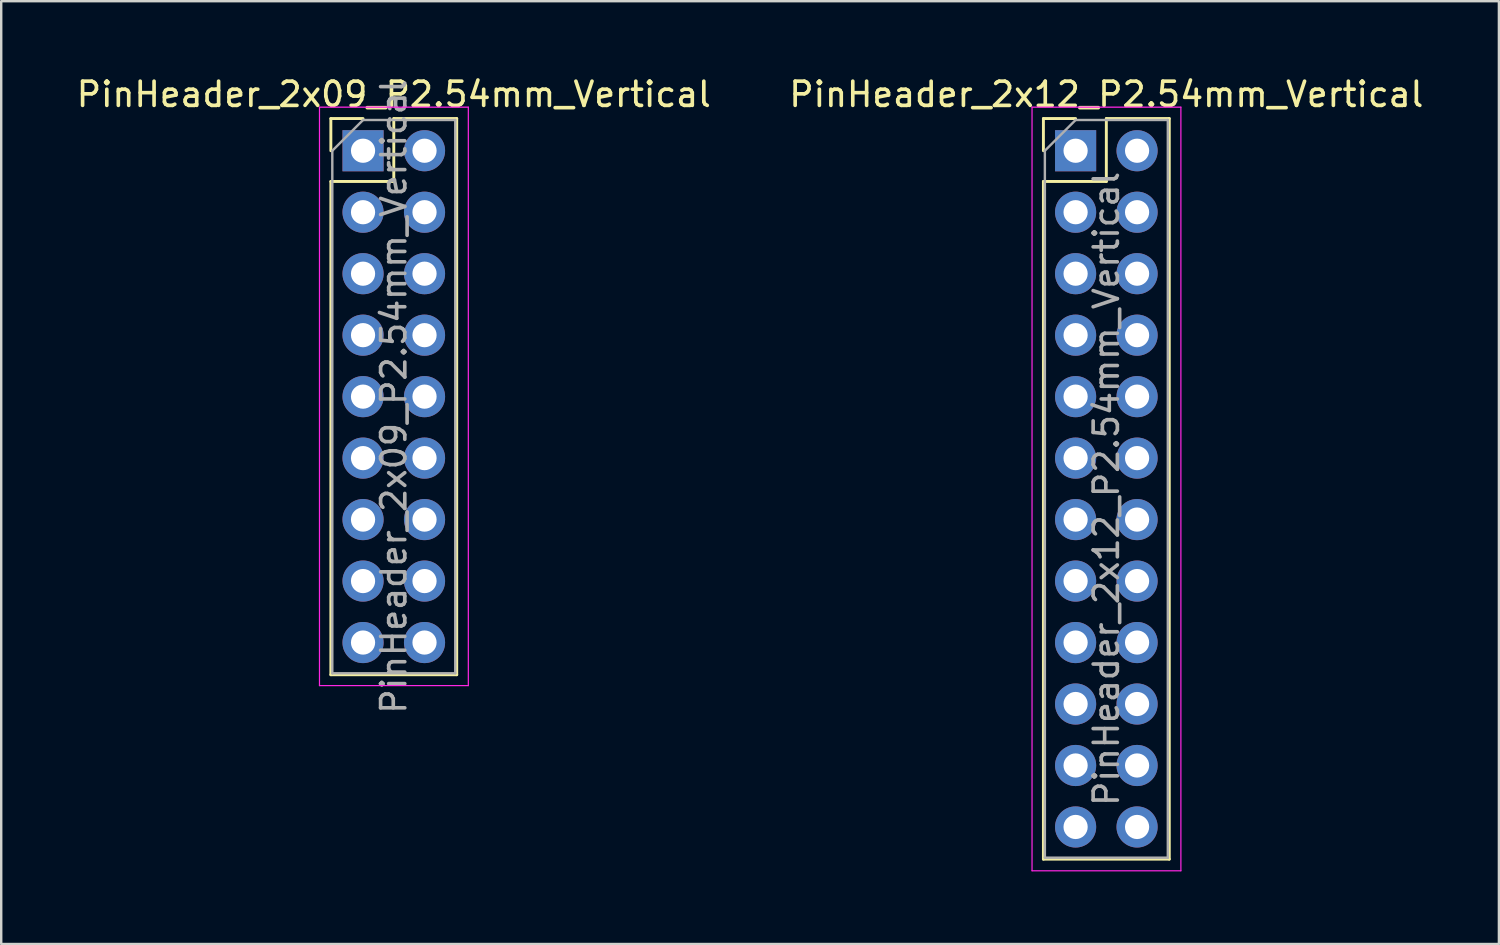
<source format=kicad_pcb>
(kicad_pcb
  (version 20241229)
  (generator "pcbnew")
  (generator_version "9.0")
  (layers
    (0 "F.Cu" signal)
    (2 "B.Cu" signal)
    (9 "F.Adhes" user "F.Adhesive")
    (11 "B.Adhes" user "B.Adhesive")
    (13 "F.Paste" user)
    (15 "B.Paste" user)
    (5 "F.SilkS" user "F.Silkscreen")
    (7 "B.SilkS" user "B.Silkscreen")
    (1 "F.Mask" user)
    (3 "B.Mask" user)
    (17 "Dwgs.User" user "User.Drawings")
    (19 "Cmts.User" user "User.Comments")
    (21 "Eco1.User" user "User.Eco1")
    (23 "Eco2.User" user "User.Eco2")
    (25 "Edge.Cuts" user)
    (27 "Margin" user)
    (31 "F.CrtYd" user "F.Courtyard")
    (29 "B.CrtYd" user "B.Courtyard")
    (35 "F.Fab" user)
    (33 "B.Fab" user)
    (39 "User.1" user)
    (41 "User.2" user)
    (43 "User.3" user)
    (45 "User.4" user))
  (footprint "PinHeader_2x09_P2.54mm_Vertical"
    (layer "F.Cu")
    (at 11.95 3.178)
    (property "Reference" "PinHeader_2x09_P2.54mm_Vertical" (at 1.27 -2.33 0) (layer "F.SilkS") (effects (font (size 1 1) (thickness 0.15))))
    (attr through_hole)
    (fp_line (start -1.33 -1.33) (end 0 -1.33) (stroke (width 0.12) (type solid)) (layer "F.SilkS"))
    (fp_line (start -1.33 0) (end -1.33 -1.33) (stroke (width 0.12) (type solid)) (layer "F.SilkS"))
    (fp_line (start -1.33 1.27) (end -1.33 21.65) (stroke (width 0.12) (type solid)) (layer "F.SilkS"))
    (fp_line (start -1.33 1.27) (end 1.27 1.27) (stroke (width 0.12) (type solid)) (layer "F.SilkS"))
    (fp_line (start -1.33 21.65) (end 3.87 21.65) (stroke (width 0.12) (type solid)) (layer "F.SilkS"))
    (fp_line (start 1.27 -1.33) (end 3.87 -1.33) (stroke (width 0.12) (type solid)) (layer "F.SilkS"))
    (fp_line (start 1.27 1.27) (end 1.27 -1.33) (stroke (width 0.12) (type solid)) (layer "F.SilkS"))
    (fp_line (start 3.87 -1.33) (end 3.87 21.65) (stroke (width 0.12) (type solid)) (layer "F.SilkS"))
    (fp_line (start -1.8 -1.8) (end -1.8 22.1) (stroke (width 0.05) (type solid)) (layer "F.CrtYd"))
    (fp_line (start -1.8 22.1) (end 4.35 22.1) (stroke (width 0.05) (type solid)) (layer "F.CrtYd"))
    (fp_line (start 4.35 -1.8) (end -1.8 -1.8) (stroke (width 0.05) (type solid)) (layer "F.CrtYd"))
    (fp_line (start 4.35 22.1) (end 4.35 -1.8) (stroke (width 0.05) (type solid)) (layer "F.CrtYd"))
    (fp_line (start -1.27 0) (end 0 -1.27) (stroke (width 0.1) (type solid)) (layer "F.Fab"))
    (fp_line (start -1.27 21.59) (end -1.27 0) (stroke (width 0.1) (type solid)) (layer "F.Fab"))
    (fp_line (start 0 -1.27) (end 3.81 -1.27) (stroke (width 0.1) (type solid)) (layer "F.Fab"))
    (fp_line (start 3.81 -1.27) (end 3.81 21.59) (stroke (width 0.1) (type solid)) (layer "F.Fab"))
    (fp_line (start 3.81 21.59) (end -1.27 21.59) (stroke (width 0.1) (type solid)) (layer "F.Fab"))
    (fp_text user "${REFERENCE}" (at 1.27 10.16 90) (layer "F.Fab") (effects (font (size 1 1) (thickness 0.15))))
    (pad "1" thru_hole rect (at 0 0) (size 1.7 1.7) (drill 1) (layers "*.Cu" "*.Mask"))
    (pad "2" thru_hole oval (at 2.54 0) (size 1.7 1.7) (drill 1) (layers "*.Cu" "*.Mask"))
    (pad "3" thru_hole oval (at 0 2.54) (size 1.7 1.7) (drill 1) (layers "*.Cu" "*.Mask"))
    (pad "4" thru_hole oval (at 2.54 2.54) (size 1.7 1.7) (drill 1) (layers "*.Cu" "*.Mask"))
    (pad "5" thru_hole oval (at 0 5.08) (size 1.7 1.7) (drill 1) (layers "*.Cu" "*.Mask"))
    (pad "6" thru_hole oval (at 2.54 5.08) (size 1.7 1.7) (drill 1) (layers "*.Cu" "*.Mask"))
    (pad "7" thru_hole oval (at 0 7.62) (size 1.7 1.7) (drill 1) (layers "*.Cu" "*.Mask"))
    (pad "8" thru_hole oval (at 2.54 7.62) (size 1.7 1.7) (drill 1) (layers "*.Cu" "*.Mask"))
    (pad "9" thru_hole oval (at 0 10.16) (size 1.7 1.7) (drill 1) (layers "*.Cu" "*.Mask"))
    (pad "10" thru_hole oval (at 2.54 10.16) (size 1.7 1.7) (drill 1) (layers "*.Cu" "*.Mask"))
    (pad "11" thru_hole oval (at 0 12.7) (size 1.7 1.7) (drill 1) (layers "*.Cu" "*.Mask"))
    (pad "12" thru_hole oval (at 2.54 12.7) (size 1.7 1.7) (drill 1) (layers "*.Cu" "*.Mask"))
    (pad "13" thru_hole oval (at 0 15.24) (size 1.7 1.7) (drill 1) (layers "*.Cu" "*.Mask"))
    (pad "14" thru_hole oval (at 2.54 15.24) (size 1.7 1.7) (drill 1) (layers "*.Cu" "*.Mask"))
    (pad "15" thru_hole oval (at 0 17.78) (size 1.7 1.7) (drill 1) (layers "*.Cu" "*.Mask"))
    (pad "16" thru_hole oval (at 2.54 17.78) (size 1.7 1.7) (drill 1) (layers "*.Cu" "*.Mask"))
    (pad "17" thru_hole oval (at 0 20.32) (size 1.7 1.7) (drill 1) (layers "*.Cu" "*.Mask"))
    (pad "18" thru_hole oval (at 2.54 20.32) (size 1.7 1.7) (drill 1) (layers "*.Cu" "*.Mask")))
  (footprint "PinHeader_2x12_P2.54mm_Vertical"
    (layer "F.Cu")
    (at 41.391 3.178)
    (property "Reference" "PinHeader_2x12_P2.54mm_Vertical" (at 1.27 -2.33 0) (layer "F.SilkS") (effects (font (size 1 1) (thickness 0.15))))
    (attr through_hole)
    (fp_line (start -1.33 -1.33) (end 0 -1.33) (stroke (width 0.12) (type solid)) (layer "F.SilkS"))
    (fp_line (start -1.33 0) (end -1.33 -1.33) (stroke (width 0.12) (type solid)) (layer "F.SilkS"))
    (fp_line (start -1.33 1.27) (end -1.33 29.27) (stroke (width 0.12) (type solid)) (layer "F.SilkS"))
    (fp_line (start -1.33 1.27) (end 1.27 1.27) (stroke (width 0.12) (type solid)) (layer "F.SilkS"))
    (fp_line (start -1.33 29.27) (end 3.87 29.27) (stroke (width 0.12) (type solid)) (layer "F.SilkS"))
    (fp_line (start 1.27 -1.33) (end 3.87 -1.33) (stroke (width 0.12) (type solid)) (layer "F.SilkS"))
    (fp_line (start 1.27 1.27) (end 1.27 -1.33) (stroke (width 0.12) (type solid)) (layer "F.SilkS"))
    (fp_line (start 3.87 -1.33) (end 3.87 29.27) (stroke (width 0.12) (type solid)) (layer "F.SilkS"))
    (fp_line (start -1.8 -1.8) (end -1.8 29.75) (stroke (width 0.05) (type solid)) (layer "F.CrtYd"))
    (fp_line (start -1.8 29.75) (end 4.35 29.75) (stroke (width 0.05) (type solid)) (layer "F.CrtYd"))
    (fp_line (start 4.35 -1.8) (end -1.8 -1.8) (stroke (width 0.05) (type solid)) (layer "F.CrtYd"))
    (fp_line (start 4.35 29.75) (end 4.35 -1.8) (stroke (width 0.05) (type solid)) (layer "F.CrtYd"))
    (fp_line (start -1.27 0) (end 0 -1.27) (stroke (width 0.1) (type solid)) (layer "F.Fab"))
    (fp_line (start -1.27 29.21) (end -1.27 0) (stroke (width 0.1) (type solid)) (layer "F.Fab"))
    (fp_line (start 0 -1.27) (end 3.81 -1.27) (stroke (width 0.1) (type solid)) (layer "F.Fab"))
    (fp_line (start 3.81 -1.27) (end 3.81 29.21) (stroke (width 0.1) (type solid)) (layer "F.Fab"))
    (fp_line (start 3.81 29.21) (end -1.27 29.21) (stroke (width 0.1) (type solid)) (layer "F.Fab"))
    (fp_text user "${REFERENCE}" (at 1.27 13.97 90) (layer "F.Fab") (effects (font (size 1 1) (thickness 0.15))))
    (pad "1" thru_hole rect (at 0 0) (size 1.7 1.7) (drill 1) (layers "*.Cu" "*.Mask"))
    (pad "2" thru_hole oval (at 2.54 0) (size 1.7 1.7) (drill 1) (layers "*.Cu" "*.Mask"))
    (pad "3" thru_hole oval (at 0 2.54) (size 1.7 1.7) (drill 1) (layers "*.Cu" "*.Mask"))
    (pad "4" thru_hole oval (at 2.54 2.54) (size 1.7 1.7) (drill 1) (layers "*.Cu" "*.Mask"))
    (pad "5" thru_hole oval (at 0 5.08) (size 1.7 1.7) (drill 1) (layers "*.Cu" "*.Mask"))
    (pad "6" thru_hole oval (at 2.54 5.08) (size 1.7 1.7) (drill 1) (layers "*.Cu" "*.Mask"))
    (pad "7" thru_hole oval (at 0 7.62) (size 1.7 1.7) (drill 1) (layers "*.Cu" "*.Mask"))
    (pad "8" thru_hole oval (at 2.54 7.62) (size 1.7 1.7) (drill 1) (layers "*.Cu" "*.Mask"))
    (pad "9" thru_hole oval (at 0 10.16) (size 1.7 1.7) (drill 1) (layers "*.Cu" "*.Mask"))
    (pad "10" thru_hole oval (at 2.54 10.16) (size 1.7 1.7) (drill 1) (layers "*.Cu" "*.Mask"))
    (pad "11" thru_hole oval (at 0 12.7) (size 1.7 1.7) (drill 1) (layers "*.Cu" "*.Mask"))
    (pad "12" thru_hole oval (at 2.54 12.7) (size 1.7 1.7) (drill 1) (layers "*.Cu" "*.Mask"))
    (pad "13" thru_hole oval (at 0 15.24) (size 1.7 1.7) (drill 1) (layers "*.Cu" "*.Mask"))
    (pad "14" thru_hole oval (at 2.54 15.24) (size 1.7 1.7) (drill 1) (layers "*.Cu" "*.Mask"))
    (pad "15" thru_hole oval (at 0 17.78) (size 1.7 1.7) (drill 1) (layers "*.Cu" "*.Mask"))
    (pad "16" thru_hole oval (at 2.54 17.78) (size 1.7 1.7) (drill 1) (layers "*.Cu" "*.Mask"))
    (pad "17" thru_hole oval (at 0 20.32) (size 1.7 1.7) (drill 1) (layers "*.Cu" "*.Mask"))
    (pad "18" thru_hole oval (at 2.54 20.32) (size 1.7 1.7) (drill 1) (layers "*.Cu" "*.Mask"))
    (pad "19" thru_hole oval (at 0 22.86) (size 1.7 1.7) (drill 1) (layers "*.Cu" "*.Mask"))
    (pad "20" thru_hole oval (at 2.54 22.86) (size 1.7 1.7) (drill 1) (layers "*.Cu" "*.Mask"))
    (pad "21" thru_hole oval (at 0 25.4) (size 1.7 1.7) (drill 1) (layers "*.Cu" "*.Mask"))
    (pad "22" thru_hole oval (at 2.54 25.4) (size 1.7 1.7) (drill 1) (layers "*.Cu" "*.Mask"))
    (pad "23" thru_hole oval (at 0 27.94) (size 1.7 1.7) (drill 1) (layers "*.Cu" "*.Mask"))
    (pad "24" thru_hole oval (at 2.54 27.94) (size 1.7 1.7) (drill 1) (layers "*.Cu" "*.Mask")))
  (gr_rect
    (start -3 -3)
    (end 58.881 35.953)
    (stroke (width 0.1) (type default))
    (fill no)
    (layer "Edge.Cuts")))
</source>
